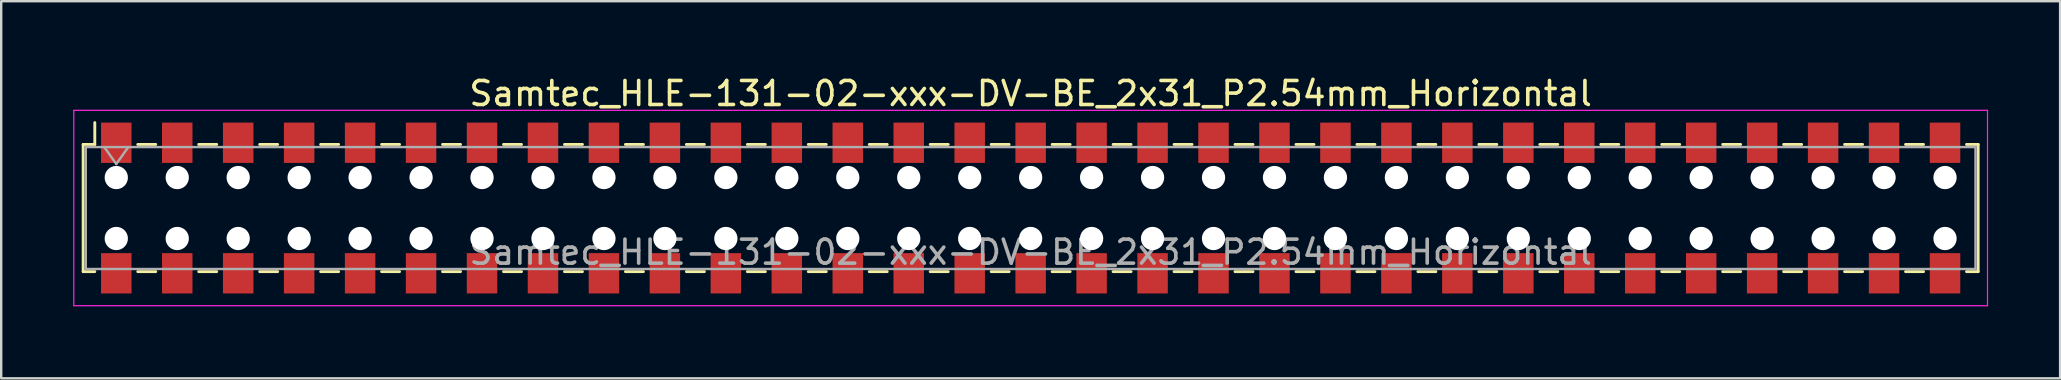
<source format=kicad_pcb>
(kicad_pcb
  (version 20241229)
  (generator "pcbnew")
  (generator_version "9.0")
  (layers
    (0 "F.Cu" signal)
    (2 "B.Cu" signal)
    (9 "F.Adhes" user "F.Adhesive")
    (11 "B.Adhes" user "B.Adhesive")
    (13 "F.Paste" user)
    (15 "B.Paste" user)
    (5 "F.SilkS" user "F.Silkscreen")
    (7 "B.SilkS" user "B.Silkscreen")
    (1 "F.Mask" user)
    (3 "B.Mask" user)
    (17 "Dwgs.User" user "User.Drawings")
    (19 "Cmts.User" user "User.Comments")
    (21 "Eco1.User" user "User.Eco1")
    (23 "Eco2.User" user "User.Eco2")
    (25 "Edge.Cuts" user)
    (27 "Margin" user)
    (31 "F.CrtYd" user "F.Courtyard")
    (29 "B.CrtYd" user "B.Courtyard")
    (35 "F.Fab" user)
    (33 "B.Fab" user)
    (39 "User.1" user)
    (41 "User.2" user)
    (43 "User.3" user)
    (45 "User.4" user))
  (footprint "Samtec_HLE-131-02-xxx-DV-BE_2x31_P2.54mm_Horizontal"
    (layer "F.Cu")
    (at 39.895 5.618)
    (property "Reference" "Samtec_HLE-131-02-xxx-DV-BE_2x31_P2.54mm_Horizontal" (at 0 -4.77 0) (layer "F.SilkS") (effects (font (size 1 1) (thickness 0.15))))
    (attr smd)
    (fp_line (start -39.48 -2.65) (end -39.48 2.65) (stroke (width 0.12) (type solid)) (layer "F.SilkS"))
    (fp_line (start -39.48 2.65) (end -38.995 2.65) (stroke (width 0.12) (type solid)) (layer "F.SilkS"))
    (fp_line (start -38.995 -3.56) (end -38.995 -2.65) (stroke (width 0.12) (type solid)) (layer "F.SilkS"))
    (fp_line (start -38.995 -2.65) (end -39.48 -2.65) (stroke (width 0.12) (type solid)) (layer "F.SilkS"))
    (fp_line (start -37.205 -2.65) (end -36.455 -2.65) (stroke (width 0.12) (type solid)) (layer "F.SilkS"))
    (fp_line (start -37.205 2.65) (end -36.455 2.65) (stroke (width 0.12) (type solid)) (layer "F.SilkS"))
    (fp_line (start -34.665 -2.65) (end -33.915 -2.65) (stroke (width 0.12) (type solid)) (layer "F.SilkS"))
    (fp_line (start -34.665 2.65) (end -33.915 2.65) (stroke (width 0.12) (type solid)) (layer "F.SilkS"))
    (fp_line (start -32.125 -2.65) (end -31.375 -2.65) (stroke (width 0.12) (type solid)) (layer "F.SilkS"))
    (fp_line (start -32.125 2.65) (end -31.375 2.65) (stroke (width 0.12) (type solid)) (layer "F.SilkS"))
    (fp_line (start -29.585 -2.65) (end -28.835 -2.65) (stroke (width 0.12) (type solid)) (layer "F.SilkS"))
    (fp_line (start -29.585 2.65) (end -28.835 2.65) (stroke (width 0.12) (type solid)) (layer "F.SilkS"))
    (fp_line (start -27.045 -2.65) (end -26.295 -2.65) (stroke (width 0.12) (type solid)) (layer "F.SilkS"))
    (fp_line (start -27.045 2.65) (end -26.295 2.65) (stroke (width 0.12) (type solid)) (layer "F.SilkS"))
    (fp_line (start -24.505 -2.65) (end -23.755 -2.65) (stroke (width 0.12) (type solid)) (layer "F.SilkS"))
    (fp_line (start -24.505 2.65) (end -23.755 2.65) (stroke (width 0.12) (type solid)) (layer "F.SilkS"))
    (fp_line (start -21.965 -2.65) (end -21.215 -2.65) (stroke (width 0.12) (type solid)) (layer "F.SilkS"))
    (fp_line (start -21.965 2.65) (end -21.215 2.65) (stroke (width 0.12) (type solid)) (layer "F.SilkS"))
    (fp_line (start -19.425 -2.65) (end -18.675 -2.65) (stroke (width 0.12) (type solid)) (layer "F.SilkS"))
    (fp_line (start -19.425 2.65) (end -18.675 2.65) (stroke (width 0.12) (type solid)) (layer "F.SilkS"))
    (fp_line (start -16.885 -2.65) (end -16.135 -2.65) (stroke (width 0.12) (type solid)) (layer "F.SilkS"))
    (fp_line (start -16.885 2.65) (end -16.135 2.65) (stroke (width 0.12) (type solid)) (layer "F.SilkS"))
    (fp_line (start -14.345 -2.65) (end -13.595 -2.65) (stroke (width 0.12) (type solid)) (layer "F.SilkS"))
    (fp_line (start -14.345 2.65) (end -13.595 2.65) (stroke (width 0.12) (type solid)) (layer "F.SilkS"))
    (fp_line (start -11.805 -2.65) (end -11.055 -2.65) (stroke (width 0.12) (type solid)) (layer "F.SilkS"))
    (fp_line (start -11.805 2.65) (end -11.055 2.65) (stroke (width 0.12) (type solid)) (layer "F.SilkS"))
    (fp_line (start -9.265 -2.65) (end -8.515 -2.65) (stroke (width 0.12) (type solid)) (layer "F.SilkS"))
    (fp_line (start -9.265 2.65) (end -8.515 2.65) (stroke (width 0.12) (type solid)) (layer "F.SilkS"))
    (fp_line (start -6.725 -2.65) (end -5.975 -2.65) (stroke (width 0.12) (type solid)) (layer "F.SilkS"))
    (fp_line (start -6.725 2.65) (end -5.975 2.65) (stroke (width 0.12) (type solid)) (layer "F.SilkS"))
    (fp_line (start -4.185 -2.65) (end -3.435 -2.65) (stroke (width 0.12) (type solid)) (layer "F.SilkS"))
    (fp_line (start -4.185 2.65) (end -3.435 2.65) (stroke (width 0.12) (type solid)) (layer "F.SilkS"))
    (fp_line (start -1.645 -2.65) (end -0.895 -2.65) (stroke (width 0.12) (type solid)) (layer "F.SilkS"))
    (fp_line (start -1.645 2.65) (end -0.895 2.65) (stroke (width 0.12) (type solid)) (layer "F.SilkS"))
    (fp_line (start 0.895 -2.65) (end 1.645 -2.65) (stroke (width 0.12) (type solid)) (layer "F.SilkS"))
    (fp_line (start 0.895 2.65) (end 1.645 2.65) (stroke (width 0.12) (type solid)) (layer "F.SilkS"))
    (fp_line (start 3.435 -2.65) (end 4.185 -2.65) (stroke (width 0.12) (type solid)) (layer "F.SilkS"))
    (fp_line (start 3.435 2.65) (end 4.185 2.65) (stroke (width 0.12) (type solid)) (layer "F.SilkS"))
    (fp_line (start 5.975 -2.65) (end 6.725 -2.65) (stroke (width 0.12) (type solid)) (layer "F.SilkS"))
    (fp_line (start 5.975 2.65) (end 6.725 2.65) (stroke (width 0.12) (type solid)) (layer "F.SilkS"))
    (fp_line (start 8.515 -2.65) (end 9.265 -2.65) (stroke (width 0.12) (type solid)) (layer "F.SilkS"))
    (fp_line (start 8.515 2.65) (end 9.265 2.65) (stroke (width 0.12) (type solid)) (layer "F.SilkS"))
    (fp_line (start 11.055 -2.65) (end 11.805 -2.65) (stroke (width 0.12) (type solid)) (layer "F.SilkS"))
    (fp_line (start 11.055 2.65) (end 11.805 2.65) (stroke (width 0.12) (type solid)) (layer "F.SilkS"))
    (fp_line (start 13.595 -2.65) (end 14.345 -2.65) (stroke (width 0.12) (type solid)) (layer "F.SilkS"))
    (fp_line (start 13.595 2.65) (end 14.345 2.65) (stroke (width 0.12) (type solid)) (layer "F.SilkS"))
    (fp_line (start 16.135 -2.65) (end 16.885 -2.65) (stroke (width 0.12) (type solid)) (layer "F.SilkS"))
    (fp_line (start 16.135 2.65) (end 16.885 2.65) (stroke (width 0.12) (type solid)) (layer "F.SilkS"))
    (fp_line (start 18.675 -2.65) (end 19.425 -2.65) (stroke (width 0.12) (type solid)) (layer "F.SilkS"))
    (fp_line (start 18.675 2.65) (end 19.425 2.65) (stroke (width 0.12) (type solid)) (layer "F.SilkS"))
    (fp_line (start 21.215 -2.65) (end 21.965 -2.65) (stroke (width 0.12) (type solid)) (layer "F.SilkS"))
    (fp_line (start 21.215 2.65) (end 21.965 2.65) (stroke (width 0.12) (type solid)) (layer "F.SilkS"))
    (fp_line (start 23.755 -2.65) (end 24.505 -2.65) (stroke (width 0.12) (type solid)) (layer "F.SilkS"))
    (fp_line (start 23.755 2.65) (end 24.505 2.65) (stroke (width 0.12) (type solid)) (layer "F.SilkS"))
    (fp_line (start 26.295 -2.65) (end 27.045 -2.65) (stroke (width 0.12) (type solid)) (layer "F.SilkS"))
    (fp_line (start 26.295 2.65) (end 27.045 2.65) (stroke (width 0.12) (type solid)) (layer "F.SilkS"))
    (fp_line (start 28.835 -2.65) (end 29.585 -2.65) (stroke (width 0.12) (type solid)) (layer "F.SilkS"))
    (fp_line (start 28.835 2.65) (end 29.585 2.65) (stroke (width 0.12) (type solid)) (layer "F.SilkS"))
    (fp_line (start 31.375 -2.65) (end 32.125 -2.65) (stroke (width 0.12) (type solid)) (layer "F.SilkS"))
    (fp_line (start 31.375 2.65) (end 32.125 2.65) (stroke (width 0.12) (type solid)) (layer "F.SilkS"))
    (fp_line (start 33.915 -2.65) (end 34.665 -2.65) (stroke (width 0.12) (type solid)) (layer "F.SilkS"))
    (fp_line (start 33.915 2.65) (end 34.665 2.65) (stroke (width 0.12) (type solid)) (layer "F.SilkS"))
    (fp_line (start 36.455 -2.65) (end 37.205 -2.65) (stroke (width 0.12) (type solid)) (layer "F.SilkS"))
    (fp_line (start 36.455 2.65) (end 37.205 2.65) (stroke (width 0.12) (type solid)) (layer "F.SilkS"))
    (fp_line (start 38.995 -2.65) (end 39.48 -2.65) (stroke (width 0.12) (type solid)) (layer "F.SilkS"))
    (fp_line (start 39.48 -2.65) (end 39.48 2.65) (stroke (width 0.12) (type solid)) (layer "F.SilkS"))
    (fp_line (start 39.48 2.65) (end 38.995 2.65) (stroke (width 0.12) (type solid)) (layer "F.SilkS"))
    (fp_line (start -39.87 -4.07) (end 39.87 -4.07) (stroke (width 0.05) (type solid)) (layer "F.CrtYd"))
    (fp_line (start -39.87 4.07) (end -39.87 -4.07) (stroke (width 0.05) (type solid)) (layer "F.CrtYd"))
    (fp_line (start 39.87 -4.07) (end 39.87 4.07) (stroke (width 0.05) (type solid)) (layer "F.CrtYd"))
    (fp_line (start 39.87 4.07) (end -39.87 4.07) (stroke (width 0.05) (type solid)) (layer "F.CrtYd"))
    (fp_line (start -39.37 -2.54) (end 39.37 -2.54) (stroke (width 0.1) (type solid)) (layer "F.Fab"))
    (fp_line (start -39.37 2.54) (end -39.37 -2.54) (stroke (width 0.1) (type solid)) (layer "F.Fab"))
    (fp_line (start -38.6 -2.54) (end -38.1 -1.833) (stroke (width 0.1) (type solid)) (layer "F.Fab"))
    (fp_line (start -38.1 -1.833) (end -37.6 -2.54) (stroke (width 0.1) (type solid)) (layer "F.Fab"))
    (fp_line (start 39.37 -2.54) (end 39.37 2.54) (stroke (width 0.1) (type solid)) (layer "F.Fab"))
    (fp_line (start 39.37 2.54) (end -39.37 2.54) (stroke (width 0.1) (type solid)) (layer "F.Fab"))
    (fp_text user "${REFERENCE}" (at 0 1.84 0) (layer "F.Fab") (effects (font (size 1 1) (thickness 0.15))))
    (pad "" np_thru_hole circle (at -38.1 -1.27) (size 0.97 0.97) (drill 0.97) (layers "*.Cu" "*.Mask"))
    (pad "" np_thru_hole circle (at -38.1 1.27) (size 0.97 0.97) (drill 0.97) (layers "*.Cu" "*.Mask"))
    (pad "" np_thru_hole circle (at -35.56 -1.27) (size 0.97 0.97) (drill 0.97) (layers "*.Cu" "*.Mask"))
    (pad "" np_thru_hole circle (at -35.56 1.27) (size 0.97 0.97) (drill 0.97) (layers "*.Cu" "*.Mask"))
    (pad "" np_thru_hole circle (at -33.02 -1.27) (size 0.97 0.97) (drill 0.97) (layers "*.Cu" "*.Mask"))
    (pad "" np_thru_hole circle (at -33.02 1.27) (size 0.97 0.97) (drill 0.97) (layers "*.Cu" "*.Mask"))
    (pad "" np_thru_hole circle (at -30.48 -1.27) (size 0.97 0.97) (drill 0.97) (layers "*.Cu" "*.Mask"))
    (pad "" np_thru_hole circle (at -30.48 1.27) (size 0.97 0.97) (drill 0.97) (layers "*.Cu" "*.Mask"))
    (pad "" np_thru_hole circle (at -27.94 -1.27) (size 0.97 0.97) (drill 0.97) (layers "*.Cu" "*.Mask"))
    (pad "" np_thru_hole circle (at -27.94 1.27) (size 0.97 0.97) (drill 0.97) (layers "*.Cu" "*.Mask"))
    (pad "" np_thru_hole circle (at -25.4 -1.27) (size 0.97 0.97) (drill 0.97) (layers "*.Cu" "*.Mask"))
    (pad "" np_thru_hole circle (at -25.4 1.27) (size 0.97 0.97) (drill 0.97) (layers "*.Cu" "*.Mask"))
    (pad "" np_thru_hole circle (at -22.86 -1.27) (size 0.97 0.97) (drill 0.97) (layers "*.Cu" "*.Mask"))
    (pad "" np_thru_hole circle (at -22.86 1.27) (size 0.97 0.97) (drill 0.97) (layers "*.Cu" "*.Mask"))
    (pad "" np_thru_hole circle (at -20.32 -1.27) (size 0.97 0.97) (drill 0.97) (layers "*.Cu" "*.Mask"))
    (pad "" np_thru_hole circle (at -20.32 1.27) (size 0.97 0.97) (drill 0.97) (layers "*.Cu" "*.Mask"))
    (pad "" np_thru_hole circle (at -17.78 -1.27) (size 0.97 0.97) (drill 0.97) (layers "*.Cu" "*.Mask"))
    (pad "" np_thru_hole circle (at -17.78 1.27) (size 0.97 0.97) (drill 0.97) (layers "*.Cu" "*.Mask"))
    (pad "" np_thru_hole circle (at -15.24 -1.27) (size 0.97 0.97) (drill 0.97) (layers "*.Cu" "*.Mask"))
    (pad "" np_thru_hole circle (at -15.24 1.27) (size 0.97 0.97) (drill 0.97) (layers "*.Cu" "*.Mask"))
    (pad "" np_thru_hole circle (at -12.7 -1.27) (size 0.97 0.97) (drill 0.97) (layers "*.Cu" "*.Mask"))
    (pad "" np_thru_hole circle (at -12.7 1.27) (size 0.97 0.97) (drill 0.97) (layers "*.Cu" "*.Mask"))
    (pad "" np_thru_hole circle (at -10.16 -1.27) (size 0.97 0.97) (drill 0.97) (layers "*.Cu" "*.Mask"))
    (pad "" np_thru_hole circle (at -10.16 1.27) (size 0.97 0.97) (drill 0.97) (layers "*.Cu" "*.Mask"))
    (pad "" np_thru_hole circle (at -7.62 -1.27) (size 0.97 0.97) (drill 0.97) (layers "*.Cu" "*.Mask"))
    (pad "" np_thru_hole circle (at -7.62 1.27) (size 0.97 0.97) (drill 0.97) (layers "*.Cu" "*.Mask"))
    (pad "" np_thru_hole circle (at -5.08 -1.27) (size 0.97 0.97) (drill 0.97) (layers "*.Cu" "*.Mask"))
    (pad "" np_thru_hole circle (at -5.08 1.27) (size 0.97 0.97) (drill 0.97) (layers "*.Cu" "*.Mask"))
    (pad "" np_thru_hole circle (at -2.54 -1.27) (size 0.97 0.97) (drill 0.97) (layers "*.Cu" "*.Mask"))
    (pad "" np_thru_hole circle (at -2.54 1.27) (size 0.97 0.97) (drill 0.97) (layers "*.Cu" "*.Mask"))
    (pad "" np_thru_hole circle (at 0 -1.27) (size 0.97 0.97) (drill 0.97) (layers "*.Cu" "*.Mask"))
    (pad "" np_thru_hole circle (at 0 1.27) (size 0.97 0.97) (drill 0.97) (layers "*.Cu" "*.Mask"))
    (pad "" np_thru_hole circle (at 2.54 -1.27) (size 0.97 0.97) (drill 0.97) (layers "*.Cu" "*.Mask"))
    (pad "" np_thru_hole circle (at 2.54 1.27) (size 0.97 0.97) (drill 0.97) (layers "*.Cu" "*.Mask"))
    (pad "" np_thru_hole circle (at 5.08 -1.27) (size 0.97 0.97) (drill 0.97) (layers "*.Cu" "*.Mask"))
    (pad "" np_thru_hole circle (at 5.08 1.27) (size 0.97 0.97) (drill 0.97) (layers "*.Cu" "*.Mask"))
    (pad "" np_thru_hole circle (at 7.62 -1.27) (size 0.97 0.97) (drill 0.97) (layers "*.Cu" "*.Mask"))
    (pad "" np_thru_hole circle (at 7.62 1.27) (size 0.97 0.97) (drill 0.97) (layers "*.Cu" "*.Mask"))
    (pad "" np_thru_hole circle (at 10.16 -1.27) (size 0.97 0.97) (drill 0.97) (layers "*.Cu" "*.Mask"))
    (pad "" np_thru_hole circle (at 10.16 1.27) (size 0.97 0.97) (drill 0.97) (layers "*.Cu" "*.Mask"))
    (pad "" np_thru_hole circle (at 12.7 -1.27) (size 0.97 0.97) (drill 0.97) (layers "*.Cu" "*.Mask"))
    (pad "" np_thru_hole circle (at 12.7 1.27) (size 0.97 0.97) (drill 0.97) (layers "*.Cu" "*.Mask"))
    (pad "" np_thru_hole circle (at 15.24 -1.27) (size 0.97 0.97) (drill 0.97) (layers "*.Cu" "*.Mask"))
    (pad "" np_thru_hole circle (at 15.24 1.27) (size 0.97 0.97) (drill 0.97) (layers "*.Cu" "*.Mask"))
    (pad "" np_thru_hole circle (at 17.78 -1.27) (size 0.97 0.97) (drill 0.97) (layers "*.Cu" "*.Mask"))
    (pad "" np_thru_hole circle (at 17.78 1.27) (size 0.97 0.97) (drill 0.97) (layers "*.Cu" "*.Mask"))
    (pad "" np_thru_hole circle (at 20.32 -1.27) (size 0.97 0.97) (drill 0.97) (layers "*.Cu" "*.Mask"))
    (pad "" np_thru_hole circle (at 20.32 1.27) (size 0.97 0.97) (drill 0.97) (layers "*.Cu" "*.Mask"))
    (pad "" np_thru_hole circle (at 22.86 -1.27) (size 0.97 0.97) (drill 0.97) (layers "*.Cu" "*.Mask"))
    (pad "" np_thru_hole circle (at 22.86 1.27) (size 0.97 0.97) (drill 0.97) (layers "*.Cu" "*.Mask"))
    (pad "" np_thru_hole circle (at 25.4 -1.27) (size 0.97 0.97) (drill 0.97) (layers "*.Cu" "*.Mask"))
    (pad "" np_thru_hole circle (at 25.4 1.27) (size 0.97 0.97) (drill 0.97) (layers "*.Cu" "*.Mask"))
    (pad "" np_thru_hole circle (at 27.94 -1.27) (size 0.97 0.97) (drill 0.97) (layers "*.Cu" "*.Mask"))
    (pad "" np_thru_hole circle (at 27.94 1.27) (size 0.97 0.97) (drill 0.97) (layers "*.Cu" "*.Mask"))
    (pad "" np_thru_hole circle (at 30.48 -1.27) (size 0.97 0.97) (drill 0.97) (layers "*.Cu" "*.Mask"))
    (pad "" np_thru_hole circle (at 30.48 1.27) (size 0.97 0.97) (drill 0.97) (layers "*.Cu" "*.Mask"))
    (pad "" np_thru_hole circle (at 33.02 -1.27) (size 0.97 0.97) (drill 0.97) (layers "*.Cu" "*.Mask"))
    (pad "" np_thru_hole circle (at 33.02 1.27) (size 0.97 0.97) (drill 0.97) (layers "*.Cu" "*.Mask"))
    (pad "" np_thru_hole circle (at 35.56 -1.27) (size 0.97 0.97) (drill 0.97) (layers "*.Cu" "*.Mask"))
    (pad "" np_thru_hole circle (at 35.56 1.27) (size 0.97 0.97) (drill 0.97) (layers "*.Cu" "*.Mask"))
    (pad "" np_thru_hole circle (at 38.1 -1.27) (size 0.97 0.97) (drill 0.97) (layers "*.Cu" "*.Mask"))
    (pad "" np_thru_hole circle (at 38.1 1.27) (size 0.97 0.97) (drill 0.97) (layers "*.Cu" "*.Mask"))
    (pad "1" smd rect (at -38.1 -2.72) (size 1.27 1.68) (layers "F.Cu" "F.Mask" "F.Paste"))
    (pad "2" smd rect (at -38.1 2.72) (size 1.27 1.68) (layers "F.Cu" "F.Mask" "F.Paste"))
    (pad "3" smd rect (at -35.56 -2.72) (size 1.27 1.68) (layers "F.Cu" "F.Mask" "F.Paste"))
    (pad "4" smd rect (at -35.56 2.72) (size 1.27 1.68) (layers "F.Cu" "F.Mask" "F.Paste"))
    (pad "5" smd rect (at -33.02 -2.72) (size 1.27 1.68) (layers "F.Cu" "F.Mask" "F.Paste"))
    (pad "6" smd rect (at -33.02 2.72) (size 1.27 1.68) (layers "F.Cu" "F.Mask" "F.Paste"))
    (pad "7" smd rect (at -30.48 -2.72) (size 1.27 1.68) (layers "F.Cu" "F.Mask" "F.Paste"))
    (pad "8" smd rect (at -30.48 2.72) (size 1.27 1.68) (layers "F.Cu" "F.Mask" "F.Paste"))
    (pad "9" smd rect (at -27.94 -2.72) (size 1.27 1.68) (layers "F.Cu" "F.Mask" "F.Paste"))
    (pad "10" smd rect (at -27.94 2.72) (size 1.27 1.68) (layers "F.Cu" "F.Mask" "F.Paste"))
    (pad "11" smd rect (at -25.4 -2.72) (size 1.27 1.68) (layers "F.Cu" "F.Mask" "F.Paste"))
    (pad "12" smd rect (at -25.4 2.72) (size 1.27 1.68) (layers "F.Cu" "F.Mask" "F.Paste"))
    (pad "13" smd rect (at -22.86 -2.72) (size 1.27 1.68) (layers "F.Cu" "F.Mask" "F.Paste"))
    (pad "14" smd rect (at -22.86 2.72) (size 1.27 1.68) (layers "F.Cu" "F.Mask" "F.Paste"))
    (pad "15" smd rect (at -20.32 -2.72) (size 1.27 1.68) (layers "F.Cu" "F.Mask" "F.Paste"))
    (pad "16" smd rect (at -20.32 2.72) (size 1.27 1.68) (layers "F.Cu" "F.Mask" "F.Paste"))
    (pad "17" smd rect (at -17.78 -2.72) (size 1.27 1.68) (layers "F.Cu" "F.Mask" "F.Paste"))
    (pad "18" smd rect (at -17.78 2.72) (size 1.27 1.68) (layers "F.Cu" "F.Mask" "F.Paste"))
    (pad "19" smd rect (at -15.24 -2.72) (size 1.27 1.68) (layers "F.Cu" "F.Mask" "F.Paste"))
    (pad "20" smd rect (at -15.24 2.72) (size 1.27 1.68) (layers "F.Cu" "F.Mask" "F.Paste"))
    (pad "21" smd rect (at -12.7 -2.72) (size 1.27 1.68) (layers "F.Cu" "F.Mask" "F.Paste"))
    (pad "22" smd rect (at -12.7 2.72) (size 1.27 1.68) (layers "F.Cu" "F.Mask" "F.Paste"))
    (pad "23" smd rect (at -10.16 -2.72) (size 1.27 1.68) (layers "F.Cu" "F.Mask" "F.Paste"))
    (pad "24" smd rect (at -10.16 2.72) (size 1.27 1.68) (layers "F.Cu" "F.Mask" "F.Paste"))
    (pad "25" smd rect (at -7.62 -2.72) (size 1.27 1.68) (layers "F.Cu" "F.Mask" "F.Paste"))
    (pad "26" smd rect (at -7.62 2.72) (size 1.27 1.68) (layers "F.Cu" "F.Mask" "F.Paste"))
    (pad "27" smd rect (at -5.08 -2.72) (size 1.27 1.68) (layers "F.Cu" "F.Mask" "F.Paste"))
    (pad "28" smd rect (at -5.08 2.72) (size 1.27 1.68) (layers "F.Cu" "F.Mask" "F.Paste"))
    (pad "29" smd rect (at -2.54 -2.72) (size 1.27 1.68) (layers "F.Cu" "F.Mask" "F.Paste"))
    (pad "30" smd rect (at -2.54 2.72) (size 1.27 1.68) (layers "F.Cu" "F.Mask" "F.Paste"))
    (pad "31" smd rect (at 0 -2.72) (size 1.27 1.68) (layers "F.Cu" "F.Mask" "F.Paste"))
    (pad "32" smd rect (at 0 2.72) (size 1.27 1.68) (layers "F.Cu" "F.Mask" "F.Paste"))
    (pad "33" smd rect (at 2.54 -2.72) (size 1.27 1.68) (layers "F.Cu" "F.Mask" "F.Paste"))
    (pad "34" smd rect (at 2.54 2.72) (size 1.27 1.68) (layers "F.Cu" "F.Mask" "F.Paste"))
    (pad "35" smd rect (at 5.08 -2.72) (size 1.27 1.68) (layers "F.Cu" "F.Mask" "F.Paste"))
    (pad "36" smd rect (at 5.08 2.72) (size 1.27 1.68) (layers "F.Cu" "F.Mask" "F.Paste"))
    (pad "37" smd rect (at 7.62 -2.72) (size 1.27 1.68) (layers "F.Cu" "F.Mask" "F.Paste"))
    (pad "38" smd rect (at 7.62 2.72) (size 1.27 1.68) (layers "F.Cu" "F.Mask" "F.Paste"))
    (pad "39" smd rect (at 10.16 -2.72) (size 1.27 1.68) (layers "F.Cu" "F.Mask" "F.Paste"))
    (pad "40" smd rect (at 10.16 2.72) (size 1.27 1.68) (layers "F.Cu" "F.Mask" "F.Paste"))
    (pad "41" smd rect (at 12.7 -2.72) (size 1.27 1.68) (layers "F.Cu" "F.Mask" "F.Paste"))
    (pad "42" smd rect (at 12.7 2.72) (size 1.27 1.68) (layers "F.Cu" "F.Mask" "F.Paste"))
    (pad "43" smd rect (at 15.24 -2.72) (size 1.27 1.68) (layers "F.Cu" "F.Mask" "F.Paste"))
    (pad "44" smd rect (at 15.24 2.72) (size 1.27 1.68) (layers "F.Cu" "F.Mask" "F.Paste"))
    (pad "45" smd rect (at 17.78 -2.72) (size 1.27 1.68) (layers "F.Cu" "F.Mask" "F.Paste"))
    (pad "46" smd rect (at 17.78 2.72) (size 1.27 1.68) (layers "F.Cu" "F.Mask" "F.Paste"))
    (pad "47" smd rect (at 20.32 -2.72) (size 1.27 1.68) (layers "F.Cu" "F.Mask" "F.Paste"))
    (pad "48" smd rect (at 20.32 2.72) (size 1.27 1.68) (layers "F.Cu" "F.Mask" "F.Paste"))
    (pad "49" smd rect (at 22.86 -2.72) (size 1.27 1.68) (layers "F.Cu" "F.Mask" "F.Paste"))
    (pad "50" smd rect (at 22.86 2.72) (size 1.27 1.68) (layers "F.Cu" "F.Mask" "F.Paste"))
    (pad "51" smd rect (at 25.4 -2.72) (size 1.27 1.68) (layers "F.Cu" "F.Mask" "F.Paste"))
    (pad "52" smd rect (at 25.4 2.72) (size 1.27 1.68) (layers "F.Cu" "F.Mask" "F.Paste"))
    (pad "53" smd rect (at 27.94 -2.72) (size 1.27 1.68) (layers "F.Cu" "F.Mask" "F.Paste"))
    (pad "54" smd rect (at 27.94 2.72) (size 1.27 1.68) (layers "F.Cu" "F.Mask" "F.Paste"))
    (pad "55" smd rect (at 30.48 -2.72) (size 1.27 1.68) (layers "F.Cu" "F.Mask" "F.Paste"))
    (pad "56" smd rect (at 30.48 2.72) (size 1.27 1.68) (layers "F.Cu" "F.Mask" "F.Paste"))
    (pad "57" smd rect (at 33.02 -2.72) (size 1.27 1.68) (layers "F.Cu" "F.Mask" "F.Paste"))
    (pad "58" smd rect (at 33.02 2.72) (size 1.27 1.68) (layers "F.Cu" "F.Mask" "F.Paste"))
    (pad "59" smd rect (at 35.56 -2.72) (size 1.27 1.68) (layers "F.Cu" "F.Mask" "F.Paste"))
    (pad "60" smd rect (at 35.56 2.72) (size 1.27 1.68) (layers "F.Cu" "F.Mask" "F.Paste"))
    (pad "61" smd rect (at 38.1 -2.72) (size 1.27 1.68) (layers "F.Cu" "F.Mask" "F.Paste"))
    (pad "62" smd rect (at 38.1 2.72) (size 1.27 1.68) (layers "F.Cu" "F.Mask" "F.Paste")))
  (gr_rect
    (start -3 -3)
    (end 82.79 12.713)
    (stroke (width 0.1) (type default))
    (fill no)
    (layer "Edge.Cuts")))
</source>
